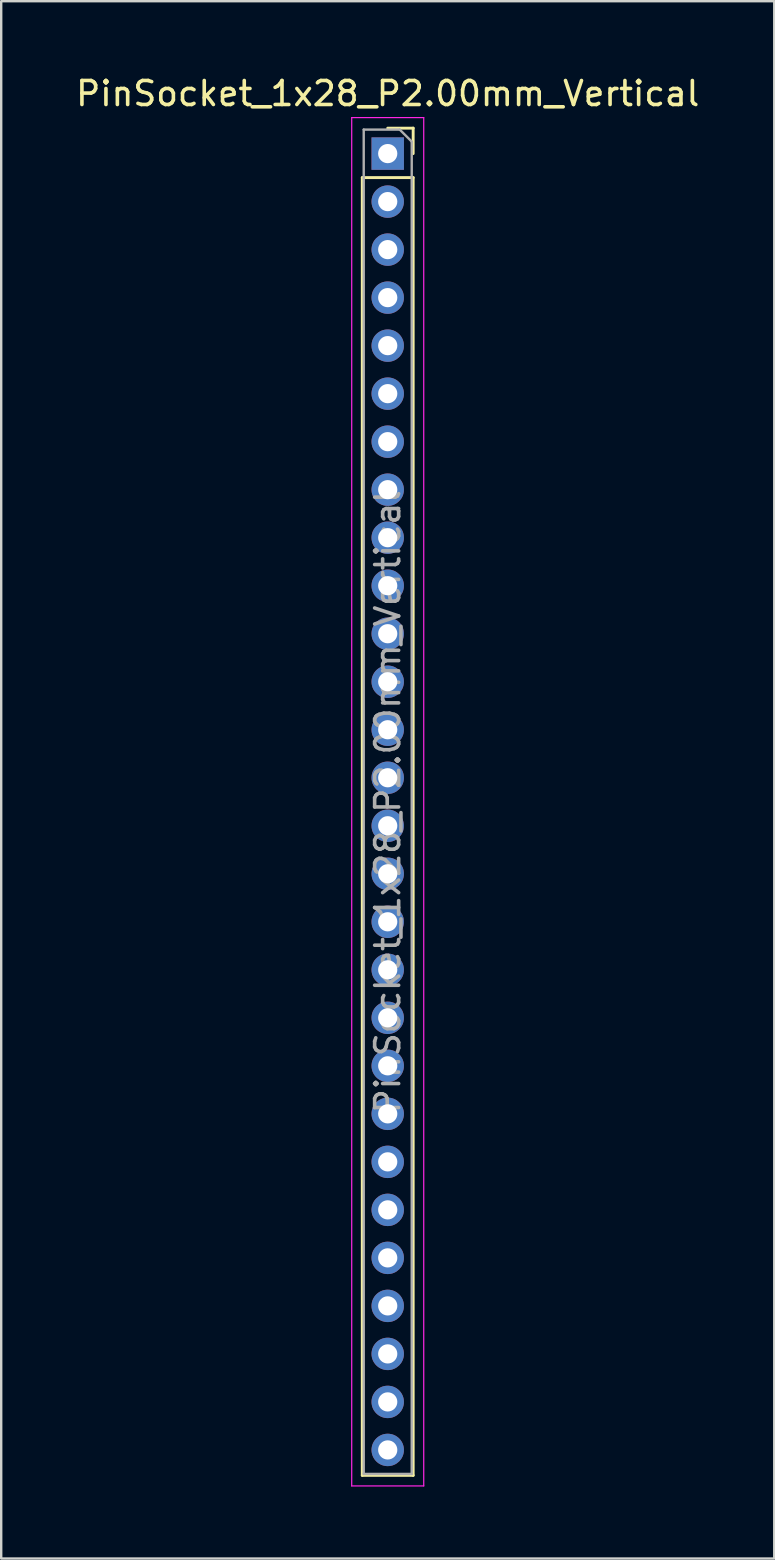
<source format=kicad_pcb>
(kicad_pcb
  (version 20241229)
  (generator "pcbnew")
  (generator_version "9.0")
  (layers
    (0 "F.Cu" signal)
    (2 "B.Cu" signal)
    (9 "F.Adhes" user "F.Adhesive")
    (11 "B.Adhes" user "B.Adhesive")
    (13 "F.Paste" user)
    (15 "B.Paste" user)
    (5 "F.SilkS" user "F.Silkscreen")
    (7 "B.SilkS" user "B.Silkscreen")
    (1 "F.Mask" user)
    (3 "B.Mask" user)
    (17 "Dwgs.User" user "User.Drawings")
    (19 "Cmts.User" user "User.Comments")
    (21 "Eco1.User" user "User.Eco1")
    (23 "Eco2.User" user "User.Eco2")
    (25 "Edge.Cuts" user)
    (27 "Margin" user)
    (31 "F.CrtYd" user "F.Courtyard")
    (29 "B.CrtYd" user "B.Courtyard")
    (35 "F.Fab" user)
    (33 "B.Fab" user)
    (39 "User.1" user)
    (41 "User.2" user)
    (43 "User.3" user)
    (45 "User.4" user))
  (footprint "PinSocket_1x28_P2.00mm_Vertical"
    (layer "F.Cu")
    (at 13.101 3.348)
    (property "Reference" "PinSocket_1x28_P2.00mm_Vertical" (at 0 -2.5 0) (layer "F.SilkS") (effects (font (size 1 1) (thickness 0.15))))
    (attr through_hole)
    (fp_line (start -1.06 1) (end -1.06 55.06) (stroke (width 0.12) (type solid)) (layer "F.SilkS"))
    (fp_line (start -1.06 1) (end 1.06 1) (stroke (width 0.12) (type solid)) (layer "F.SilkS"))
    (fp_line (start -1.06 55.06) (end 1.06 55.06) (stroke (width 0.12) (type solid)) (layer "F.SilkS"))
    (fp_line (start 0 -1.06) (end 1.06 -1.06) (stroke (width 0.12) (type solid)) (layer "F.SilkS"))
    (fp_line (start 1.06 -1.06) (end 1.06 0) (stroke (width 0.12) (type solid)) (layer "F.SilkS"))
    (fp_line (start 1.06 1) (end 1.06 55.06) (stroke (width 0.12) (type solid)) (layer "F.SilkS"))
    (fp_line (start -1.5 -1.5) (end 1.5 -1.5) (stroke (width 0.05) (type solid)) (layer "F.CrtYd"))
    (fp_line (start -1.5 55.5) (end -1.5 -1.5) (stroke (width 0.05) (type solid)) (layer "F.CrtYd"))
    (fp_line (start 1.5 -1.5) (end 1.5 55.5) (stroke (width 0.05) (type solid)) (layer "F.CrtYd"))
    (fp_line (start 1.5 55.5) (end -1.5 55.5) (stroke (width 0.05) (type solid)) (layer "F.CrtYd"))
    (fp_line (start -1 -1) (end 0.5 -1) (stroke (width 0.1) (type solid)) (layer "F.Fab"))
    (fp_line (start -1 55) (end -1 -1) (stroke (width 0.1) (type solid)) (layer "F.Fab"))
    (fp_line (start 0.5 -1) (end 1 -0.5) (stroke (width 0.1) (type solid)) (layer "F.Fab"))
    (fp_line (start 1 -0.5) (end 1 55) (stroke (width 0.1) (type solid)) (layer "F.Fab"))
    (fp_line (start 1 55) (end -1 55) (stroke (width 0.1) (type solid)) (layer "F.Fab"))
    (fp_text user "${REFERENCE}" (at 0 27 90) (layer "F.Fab") (effects (font (size 1 1) (thickness 0.15))))
    (pad "1" thru_hole rect (at 0 0) (size 1.35 1.35) (drill 0.8) (layers "*.Cu" "*.Mask"))
    (pad "2" thru_hole circle (at 0 2) (size 1.35 1.35) (drill 0.8) (layers "*.Cu" "*.Mask"))
    (pad "3" thru_hole circle (at 0 4) (size 1.35 1.35) (drill 0.8) (layers "*.Cu" "*.Mask"))
    (pad "4" thru_hole circle (at 0 6) (size 1.35 1.35) (drill 0.8) (layers "*.Cu" "*.Mask"))
    (pad "5" thru_hole circle (at 0 8) (size 1.35 1.35) (drill 0.8) (layers "*.Cu" "*.Mask"))
    (pad "6" thru_hole circle (at 0 10) (size 1.35 1.35) (drill 0.8) (layers "*.Cu" "*.Mask"))
    (pad "7" thru_hole circle (at 0 12) (size 1.35 1.35) (drill 0.8) (layers "*.Cu" "*.Mask"))
    (pad "8" thru_hole circle (at 0 14) (size 1.35 1.35) (drill 0.8) (layers "*.Cu" "*.Mask"))
    (pad "9" thru_hole circle (at 0 16) (size 1.35 1.35) (drill 0.8) (layers "*.Cu" "*.Mask"))
    (pad "10" thru_hole circle (at 0 18) (size 1.35 1.35) (drill 0.8) (layers "*.Cu" "*.Mask"))
    (pad "11" thru_hole circle (at 0 20) (size 1.35 1.35) (drill 0.8) (layers "*.Cu" "*.Mask"))
    (pad "12" thru_hole circle (at 0 22) (size 1.35 1.35) (drill 0.8) (layers "*.Cu" "*.Mask"))
    (pad "13" thru_hole circle (at 0 24) (size 1.35 1.35) (drill 0.8) (layers "*.Cu" "*.Mask"))
    (pad "14" thru_hole circle (at 0 26) (size 1.35 1.35) (drill 0.8) (layers "*.Cu" "*.Mask"))
    (pad "15" thru_hole circle (at 0 28) (size 1.35 1.35) (drill 0.8) (layers "*.Cu" "*.Mask"))
    (pad "16" thru_hole circle (at 0 30) (size 1.35 1.35) (drill 0.8) (layers "*.Cu" "*.Mask"))
    (pad "17" thru_hole circle (at 0 32) (size 1.35 1.35) (drill 0.8) (layers "*.Cu" "*.Mask"))
    (pad "18" thru_hole circle (at 0 34) (size 1.35 1.35) (drill 0.8) (layers "*.Cu" "*.Mask"))
    (pad "19" thru_hole circle (at 0 36) (size 1.35 1.35) (drill 0.8) (layers "*.Cu" "*.Mask"))
    (pad "20" thru_hole circle (at 0 38) (size 1.35 1.35) (drill 0.8) (layers "*.Cu" "*.Mask"))
    (pad "21" thru_hole circle (at 0 40) (size 1.35 1.35) (drill 0.8) (layers "*.Cu" "*.Mask"))
    (pad "22" thru_hole circle (at 0 42) (size 1.35 1.35) (drill 0.8) (layers "*.Cu" "*.Mask"))
    (pad "23" thru_hole circle (at 0 44) (size 1.35 1.35) (drill 0.8) (layers "*.Cu" "*.Mask"))
    (pad "24" thru_hole circle (at 0 46) (size 1.35 1.35) (drill 0.8) (layers "*.Cu" "*.Mask"))
    (pad "25" thru_hole circle (at 0 48) (size 1.35 1.35) (drill 0.8) (layers "*.Cu" "*.Mask"))
    (pad "26" thru_hole circle (at 0 50) (size 1.35 1.35) (drill 0.8) (layers "*.Cu" "*.Mask"))
    (pad "27" thru_hole circle (at 0 52) (size 1.35 1.35) (drill 0.8) (layers "*.Cu" "*.Mask"))
    (pad "28" thru_hole circle (at 0 54) (size 1.35 1.35) (drill 0.8) (layers "*.Cu" "*.Mask")))
  (gr_rect
    (start -3 -3)
    (end 29.202 61.873)
    (stroke (width 0.1) (type default))
    (fill no)
    (layer "Edge.Cuts")))
</source>
